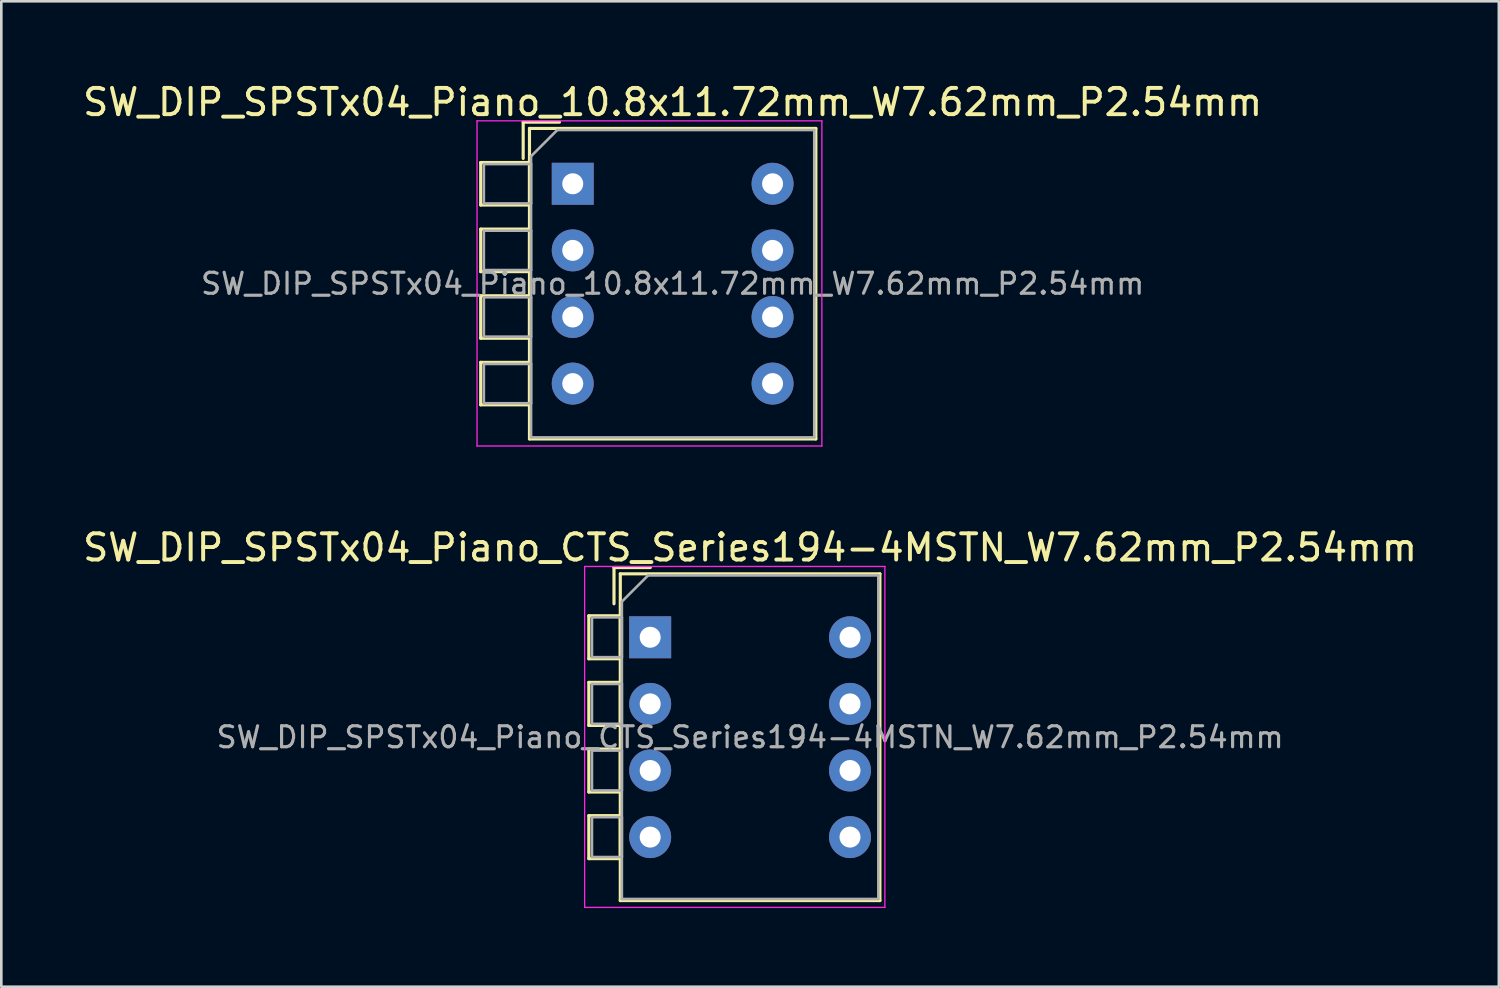
<source format=kicad_pcb>
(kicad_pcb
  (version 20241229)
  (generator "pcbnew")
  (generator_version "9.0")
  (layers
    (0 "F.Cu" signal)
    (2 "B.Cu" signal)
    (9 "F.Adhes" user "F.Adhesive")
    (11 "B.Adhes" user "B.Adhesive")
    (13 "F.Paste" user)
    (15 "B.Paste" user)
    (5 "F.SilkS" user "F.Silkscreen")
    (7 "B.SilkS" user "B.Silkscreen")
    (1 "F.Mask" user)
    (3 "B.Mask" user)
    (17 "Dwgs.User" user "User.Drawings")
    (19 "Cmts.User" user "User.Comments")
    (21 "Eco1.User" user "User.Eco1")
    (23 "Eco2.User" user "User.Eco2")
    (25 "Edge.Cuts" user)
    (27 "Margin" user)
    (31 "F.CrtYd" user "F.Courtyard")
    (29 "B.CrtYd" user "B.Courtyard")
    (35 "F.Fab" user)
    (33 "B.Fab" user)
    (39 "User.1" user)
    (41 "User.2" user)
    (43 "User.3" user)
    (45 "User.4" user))
  (footprint "SW_DIP_SPSTx04_Piano_CTS_Series194-4MSTN_W7.62mm_P2.54mm"
    (layer "F.Cu")
    (at 21.744 21.252)
    (property "Reference" "SW_DIP_SPSTx04_Piano_CTS_Series194-4MSTN_W7.62mm_P2.54mm" (at 3.81 -3.42 0) (layer "F.SilkS") (effects (font (size 1 1) (thickness 0.15))))
    (attr through_hole)
    (fp_line (start -2.34 -0.82) (end -2.34 0.82) (stroke (width 0.12) (type solid)) (layer "F.SilkS"))
    (fp_line (start -2.34 -0.82) (end -1.14 -0.82) (stroke (width 0.12) (type solid)) (layer "F.SilkS"))
    (fp_line (start -2.34 0.82) (end -1.14 0.82) (stroke (width 0.12) (type solid)) (layer "F.SilkS"))
    (fp_line (start -2.34 1.72) (end -2.34 3.361) (stroke (width 0.12) (type solid)) (layer "F.SilkS"))
    (fp_line (start -2.34 1.72) (end -1.14 1.72) (stroke (width 0.12) (type solid)) (layer "F.SilkS"))
    (fp_line (start -2.34 3.361) (end -1.14 3.361) (stroke (width 0.12) (type solid)) (layer "F.SilkS"))
    (fp_line (start -2.34 4.261) (end -2.34 5.9) (stroke (width 0.12) (type solid)) (layer "F.SilkS"))
    (fp_line (start -2.34 4.261) (end -1.14 4.261) (stroke (width 0.12) (type solid)) (layer "F.SilkS"))
    (fp_line (start -2.34 5.9) (end -1.14 5.9) (stroke (width 0.12) (type solid)) (layer "F.SilkS"))
    (fp_line (start -2.34 6.801) (end -2.34 8.441) (stroke (width 0.12) (type solid)) (layer "F.SilkS"))
    (fp_line (start -2.34 6.801) (end -1.14 6.801) (stroke (width 0.12) (type solid)) (layer "F.SilkS"))
    (fp_line (start -2.34 8.441) (end -1.14 8.441) (stroke (width 0.12) (type solid)) (layer "F.SilkS"))
    (fp_line (start -1.38 -2.66) (end -1.38 -1.277) (stroke (width 0.12) (type solid)) (layer "F.SilkS"))
    (fp_line (start -1.38 -2.66) (end 0.004 -2.66) (stroke (width 0.12) (type solid)) (layer "F.SilkS"))
    (fp_line (start -1.14 -2.42) (end -1.14 10.04) (stroke (width 0.12) (type solid)) (layer "F.SilkS"))
    (fp_line (start -1.14 -2.42) (end 8.76 -2.42) (stroke (width 0.12) (type solid)) (layer "F.SilkS"))
    (fp_line (start -1.14 -0.82) (end -1.14 0.82) (stroke (width 0.12) (type solid)) (layer "F.SilkS"))
    (fp_line (start -1.14 1.72) (end -1.14 3.361) (stroke (width 0.12) (type solid)) (layer "F.SilkS"))
    (fp_line (start -1.14 4.261) (end -1.14 5.9) (stroke (width 0.12) (type solid)) (layer "F.SilkS"))
    (fp_line (start -1.14 6.801) (end -1.14 8.441) (stroke (width 0.12) (type solid)) (layer "F.SilkS"))
    (fp_line (start -1.14 10.04) (end 8.76 10.04) (stroke (width 0.12) (type solid)) (layer "F.SilkS"))
    (fp_line (start 8.76 -2.42) (end 8.76 10.04) (stroke (width 0.12) (type solid)) (layer "F.SilkS"))
    (fp_line (start -2.5 -2.7) (end -2.5 10.3) (stroke (width 0.05) (type solid)) (layer "F.CrtYd"))
    (fp_line (start -2.5 10.3) (end 8.95 10.3) (stroke (width 0.05) (type solid)) (layer "F.CrtYd"))
    (fp_line (start 8.95 -2.7) (end -2.5 -2.7) (stroke (width 0.05) (type solid)) (layer "F.CrtYd"))
    (fp_line (start 8.95 10.3) (end 8.95 -2.7) (stroke (width 0.05) (type solid)) (layer "F.CrtYd"))
    (fp_line (start -2.22 -0.76) (end -1.08 -0.76) (stroke (width 0.1) (type solid)) (layer "F.Fab"))
    (fp_line (start -2.22 0.76) (end -2.22 -0.76) (stroke (width 0.1) (type solid)) (layer "F.Fab"))
    (fp_line (start -2.22 1.78) (end -1.08 1.78) (stroke (width 0.1) (type solid)) (layer "F.Fab"))
    (fp_line (start -2.22 3.3) (end -2.22 1.78) (stroke (width 0.1) (type solid)) (layer "F.Fab"))
    (fp_line (start -2.22 4.32) (end -1.08 4.32) (stroke (width 0.1) (type solid)) (layer "F.Fab"))
    (fp_line (start -2.22 5.84) (end -2.22 4.32) (stroke (width 0.1) (type solid)) (layer "F.Fab"))
    (fp_line (start -2.22 6.86) (end -1.08 6.86) (stroke (width 0.1) (type solid)) (layer "F.Fab"))
    (fp_line (start -2.22 8.38) (end -2.22 6.86) (stroke (width 0.1) (type solid)) (layer "F.Fab"))
    (fp_line (start -1.08 -1.36) (end -0.08 -2.36) (stroke (width 0.1) (type solid)) (layer "F.Fab"))
    (fp_line (start -1.08 -0.76) (end -1.08 0.76) (stroke (width 0.1) (type solid)) (layer "F.Fab"))
    (fp_line (start -1.08 0.76) (end -2.22 0.76) (stroke (width 0.1) (type solid)) (layer "F.Fab"))
    (fp_line (start -1.08 1.78) (end -1.08 3.3) (stroke (width 0.1) (type solid)) (layer "F.Fab"))
    (fp_line (start -1.08 3.3) (end -2.22 3.3) (stroke (width 0.1) (type solid)) (layer "F.Fab"))
    (fp_line (start -1.08 4.32) (end -1.08 5.84) (stroke (width 0.1) (type solid)) (layer "F.Fab"))
    (fp_line (start -1.08 5.84) (end -2.22 5.84) (stroke (width 0.1) (type solid)) (layer "F.Fab"))
    (fp_line (start -1.08 6.86) (end -1.08 8.38) (stroke (width 0.1) (type solid)) (layer "F.Fab"))
    (fp_line (start -1.08 8.38) (end -2.22 8.38) (stroke (width 0.1) (type solid)) (layer "F.Fab"))
    (fp_line (start -1.08 9.98) (end -1.08 -1.36) (stroke (width 0.1) (type solid)) (layer "F.Fab"))
    (fp_line (start -0.08 -2.36) (end 8.7 -2.36) (stroke (width 0.1) (type solid)) (layer "F.Fab"))
    (fp_line (start 8.7 -2.36) (end 8.7 9.98) (stroke (width 0.1) (type solid)) (layer "F.Fab"))
    (fp_line (start 8.7 9.98) (end -1.08 9.98) (stroke (width 0.1) (type solid)) (layer "F.Fab"))
    (fp_text user "${REFERENCE}" (at 3.81 3.81 0) (layer "F.Fab") (effects (font (size 0.8 0.8) (thickness 0.12))))
    (pad "1" thru_hole rect (at 0 0) (size 1.6 1.6) (drill 0.8) (layers "*.Cu" "*.Mask"))
    (pad "2" thru_hole oval (at 0 2.54) (size 1.6 1.6) (drill 0.8) (layers "*.Cu" "*.Mask"))
    (pad "3" thru_hole oval (at 0 5.08) (size 1.6 1.6) (drill 0.8) (layers "*.Cu" "*.Mask"))
    (pad "4" thru_hole oval (at 0 7.62) (size 1.6 1.6) (drill 0.8) (layers "*.Cu" "*.Mask"))
    (pad "5" thru_hole oval (at 7.62 7.62) (size 1.6 1.6) (drill 0.8) (layers "*.Cu" "*.Mask"))
    (pad "6" thru_hole oval (at 7.62 5.08) (size 1.6 1.6) (drill 0.8) (layers "*.Cu" "*.Mask"))
    (pad "7" thru_hole oval (at 7.62 2.54) (size 1.6 1.6) (drill 0.8) (layers "*.Cu" "*.Mask"))
    (pad "8" thru_hole oval (at 7.62 0) (size 1.6 1.6) (drill 0.8) (layers "*.Cu" "*.Mask")))
  (footprint "SW_DIP_SPSTx04_Piano_10.8x11.72mm_W7.62mm_P2.54mm"
    (layer "F.Cu")
    (at 18.791 3.958)
    (property "Reference" "SW_DIP_SPSTx04_Piano_10.8x11.72mm_W7.62mm_P2.54mm" (at 3.81 -3.11 0) (layer "F.SilkS") (effects (font (size 1 1) (thickness 0.15))))
    (attr through_hole)
    (fp_line (start -3.51 -0.81) (end -3.51 0.81) (stroke (width 0.12) (type solid)) (layer "F.SilkS"))
    (fp_line (start -3.51 -0.81) (end -1.65 -0.81) (stroke (width 0.12) (type solid)) (layer "F.SilkS"))
    (fp_line (start -3.51 0.81) (end -1.65 0.81) (stroke (width 0.12) (type solid)) (layer "F.SilkS"))
    (fp_line (start -3.51 1.73) (end -3.51 3.35) (stroke (width 0.12) (type solid)) (layer "F.SilkS"))
    (fp_line (start -3.51 1.73) (end -1.65 1.73) (stroke (width 0.12) (type solid)) (layer "F.SilkS"))
    (fp_line (start -3.51 3.35) (end -1.65 3.35) (stroke (width 0.12) (type solid)) (layer "F.SilkS"))
    (fp_line (start -3.51 4.27) (end -3.51 5.89) (stroke (width 0.12) (type solid)) (layer "F.SilkS"))
    (fp_line (start -3.51 4.27) (end -1.65 4.27) (stroke (width 0.12) (type solid)) (layer "F.SilkS"))
    (fp_line (start -3.51 5.89) (end -1.65 5.89) (stroke (width 0.12) (type solid)) (layer "F.SilkS"))
    (fp_line (start -3.51 6.81) (end -3.51 8.43) (stroke (width 0.12) (type solid)) (layer "F.SilkS"))
    (fp_line (start -3.51 6.81) (end -1.65 6.81) (stroke (width 0.12) (type solid)) (layer "F.SilkS"))
    (fp_line (start -3.51 8.43) (end -1.65 8.43) (stroke (width 0.12) (type solid)) (layer "F.SilkS"))
    (fp_line (start -1.89 -2.35) (end -1.89 -0.967) (stroke (width 0.12) (type solid)) (layer "F.SilkS"))
    (fp_line (start -1.89 -2.35) (end -0.507 -2.35) (stroke (width 0.12) (type solid)) (layer "F.SilkS"))
    (fp_line (start -1.65 -2.11) (end -1.65 9.73) (stroke (width 0.12) (type solid)) (layer "F.SilkS"))
    (fp_line (start -1.65 -2.11) (end 9.27 -2.11) (stroke (width 0.12) (type solid)) (layer "F.SilkS"))
    (fp_line (start -1.65 -0.81) (end -1.65 0.81) (stroke (width 0.12) (type solid)) (layer "F.SilkS"))
    (fp_line (start -1.65 1.73) (end -1.65 3.35) (stroke (width 0.12) (type solid)) (layer "F.SilkS"))
    (fp_line (start -1.65 4.27) (end -1.65 5.89) (stroke (width 0.12) (type solid)) (layer "F.SilkS"))
    (fp_line (start -1.65 6.81) (end -1.65 8.43) (stroke (width 0.12) (type solid)) (layer "F.SilkS"))
    (fp_line (start -1.65 9.73) (end 9.27 9.73) (stroke (width 0.12) (type solid)) (layer "F.SilkS"))
    (fp_line (start 9.27 -2.11) (end 9.27 9.73) (stroke (width 0.12) (type solid)) (layer "F.SilkS"))
    (fp_line (start -3.65 -2.4) (end -3.65 10) (stroke (width 0.05) (type solid)) (layer "F.CrtYd"))
    (fp_line (start -3.65 10) (end 9.5 10) (stroke (width 0.05) (type solid)) (layer "F.CrtYd"))
    (fp_line (start 9.5 -2.4) (end -3.65 -2.4) (stroke (width 0.05) (type solid)) (layer "F.CrtYd"))
    (fp_line (start 9.5 10) (end 9.5 -2.4) (stroke (width 0.05) (type solid)) (layer "F.CrtYd"))
    (fp_line (start -3.39 -0.75) (end -1.59 -0.75) (stroke (width 0.1) (type solid)) (layer "F.Fab"))
    (fp_line (start -3.39 0.75) (end -3.39 -0.75) (stroke (width 0.1) (type solid)) (layer "F.Fab"))
    (fp_line (start -3.39 1.79) (end -1.59 1.79) (stroke (width 0.1) (type solid)) (layer "F.Fab"))
    (fp_line (start -3.39 3.29) (end -3.39 1.79) (stroke (width 0.1) (type solid)) (layer "F.Fab"))
    (fp_line (start -3.39 4.33) (end -1.59 4.33) (stroke (width 0.1) (type solid)) (layer "F.Fab"))
    (fp_line (start -3.39 5.83) (end -3.39 4.33) (stroke (width 0.1) (type solid)) (layer "F.Fab"))
    (fp_line (start -3.39 6.87) (end -1.59 6.87) (stroke (width 0.1) (type solid)) (layer "F.Fab"))
    (fp_line (start -3.39 8.37) (end -3.39 6.87) (stroke (width 0.1) (type solid)) (layer "F.Fab"))
    (fp_line (start -1.59 -1.05) (end -0.59 -2.05) (stroke (width 0.1) (type solid)) (layer "F.Fab"))
    (fp_line (start -1.59 -0.75) (end -1.59 0.75) (stroke (width 0.1) (type solid)) (layer "F.Fab"))
    (fp_line (start -1.59 0.75) (end -3.39 0.75) (stroke (width 0.1) (type solid)) (layer "F.Fab"))
    (fp_line (start -1.59 1.79) (end -1.59 3.29) (stroke (width 0.1) (type solid)) (layer "F.Fab"))
    (fp_line (start -1.59 3.29) (end -3.39 3.29) (stroke (width 0.1) (type solid)) (layer "F.Fab"))
    (fp_line (start -1.59 4.33) (end -1.59 5.83) (stroke (width 0.1) (type solid)) (layer "F.Fab"))
    (fp_line (start -1.59 5.83) (end -3.39 5.83) (stroke (width 0.1) (type solid)) (layer "F.Fab"))
    (fp_line (start -1.59 6.87) (end -1.59 8.37) (stroke (width 0.1) (type solid)) (layer "F.Fab"))
    (fp_line (start -1.59 8.37) (end -3.39 8.37) (stroke (width 0.1) (type solid)) (layer "F.Fab"))
    (fp_line (start -1.59 9.67) (end -1.59 -1.05) (stroke (width 0.1) (type solid)) (layer "F.Fab"))
    (fp_line (start -0.59 -2.05) (end 9.21 -2.05) (stroke (width 0.1) (type solid)) (layer "F.Fab"))
    (fp_line (start 9.21 -2.05) (end 9.21 9.67) (stroke (width 0.1) (type solid)) (layer "F.Fab"))
    (fp_line (start 9.21 9.67) (end -1.59 9.67) (stroke (width 0.1) (type solid)) (layer "F.Fab"))
    (fp_text user "${REFERENCE}" (at 3.81 3.81 0) (layer "F.Fab") (effects (font (size 0.8 0.8) (thickness 0.12))))
    (pad "1" thru_hole rect (at 0 0) (size 1.6 1.6) (drill 0.8) (layers "*.Cu" "*.Mask"))
    (pad "2" thru_hole oval (at 0 2.54) (size 1.6 1.6) (drill 0.8) (layers "*.Cu" "*.Mask"))
    (pad "3" thru_hole oval (at 0 5.08) (size 1.6 1.6) (drill 0.8) (layers "*.Cu" "*.Mask"))
    (pad "4" thru_hole oval (at 0 7.62) (size 1.6 1.6) (drill 0.8) (layers "*.Cu" "*.Mask"))
    (pad "5" thru_hole oval (at 7.62 7.62) (size 1.6 1.6) (drill 0.8) (layers "*.Cu" "*.Mask"))
    (pad "6" thru_hole oval (at 7.62 5.08) (size 1.6 1.6) (drill 0.8) (layers "*.Cu" "*.Mask"))
    (pad "7" thru_hole oval (at 7.62 2.54) (size 1.6 1.6) (drill 0.8) (layers "*.Cu" "*.Mask"))
    (pad "8" thru_hole oval (at 7.62 0) (size 1.6 1.6) (drill 0.8) (layers "*.Cu" "*.Mask")))
  (gr_rect
    (start -3 -3)
    (end 54.107 34.577)
    (stroke (width 0.1) (type default))
    (fill no)
    (layer "Edge.Cuts")))
</source>
